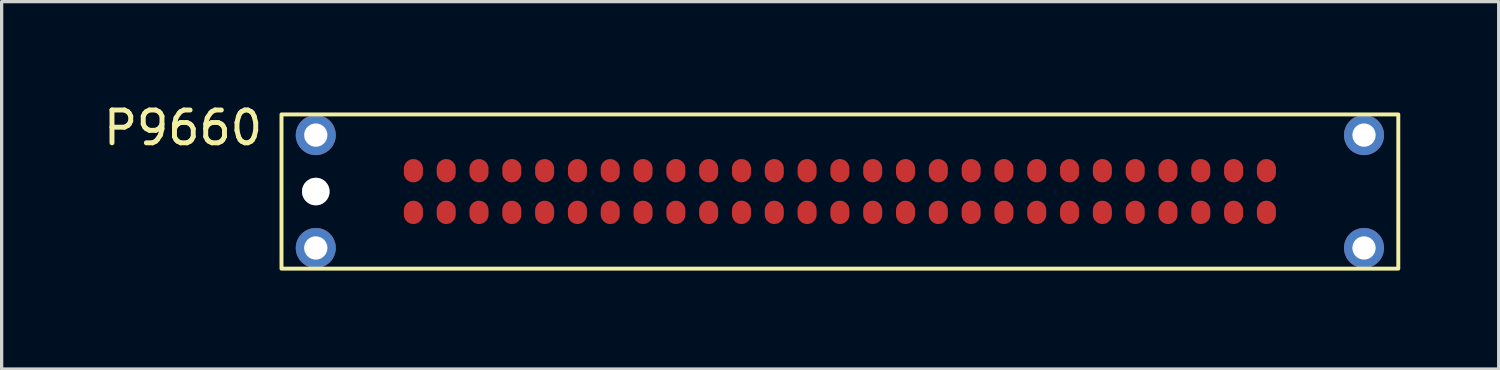
<source format=kicad_pcb>
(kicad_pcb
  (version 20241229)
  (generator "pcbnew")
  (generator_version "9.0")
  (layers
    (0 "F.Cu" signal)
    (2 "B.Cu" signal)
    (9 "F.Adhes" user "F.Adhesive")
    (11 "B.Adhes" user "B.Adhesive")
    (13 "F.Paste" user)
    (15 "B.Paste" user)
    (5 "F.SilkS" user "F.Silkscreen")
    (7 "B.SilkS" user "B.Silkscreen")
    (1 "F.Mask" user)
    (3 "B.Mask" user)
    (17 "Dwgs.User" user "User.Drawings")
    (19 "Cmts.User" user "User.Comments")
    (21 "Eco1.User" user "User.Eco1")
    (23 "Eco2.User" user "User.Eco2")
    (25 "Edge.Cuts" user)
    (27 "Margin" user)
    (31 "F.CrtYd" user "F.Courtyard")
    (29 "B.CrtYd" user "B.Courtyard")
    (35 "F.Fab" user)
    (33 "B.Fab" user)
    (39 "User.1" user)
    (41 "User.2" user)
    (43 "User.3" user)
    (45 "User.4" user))
  (footprint "P9660"
    (layer "F.Cu")
    (at 5.53 0.438)
    (property "Reference" "P9660" (at -3 0.41 0) (unlocked yes) (layer "F.SilkS") (effects (font (size 1 1) (thickness 0.15))))
    (fp_rect (start 0 0) (end 34.04 4.7) (stroke (width 0.12) (type default)) (fill no) (layer "F.SilkS"))
    (pad "1" thru_hole circle (at 1.045 0.63) (size 1.22 1.22) (drill 0.71) (layers "*.Cu" "*.Mask"))
    (pad "1" thru_hole circle (at 1.045 2.35) (size 0.84 0.84) (drill 0.84) (property pad_prop_heatsink) (layers "*.Cu" "*.Mask"))
    (pad "1" smd oval (at 4.02 1.715) (size 0.58 0.71) (property pad_prop_bga) (layers "F.Cu" "F.Mask" "F.Paste"))
    (pad "2" smd oval (at 5.02 1.715) (size 0.58 0.71) (property pad_prop_bga) (layers "F.Cu" "F.Mask" "F.Paste"))
    (pad "2" thru_hole circle (at 32.995 0.63) (size 1.22 1.22) (drill 0.71) (layers "*.Cu" "*.Mask"))
    (pad "3" thru_hole circle (at 1.045 4.07) (size 1.22 1.22) (drill 0.71) (layers "*.Cu" "*.Mask"))
    (pad "3" smd oval (at 6.02 1.715) (size 0.58 0.71) (property pad_prop_bga) (layers "F.Cu" "F.Mask" "F.Paste"))
    (pad "4" smd oval (at 7.02 1.715) (size 0.58 0.71) (property pad_prop_bga) (layers "F.Cu" "F.Mask" "F.Paste"))
    (pad "4" thru_hole circle (at 32.995 4.07) (size 1.22 1.22) (drill 0.71) (layers "*.Cu" "*.Mask"))
    (pad "5" smd oval (at 8.02 1.715) (size 0.58 0.71) (property pad_prop_bga) (layers "F.Cu" "F.Mask" "F.Paste"))
    (pad "6" smd oval (at 9.02 1.715) (size 0.58 0.71) (property pad_prop_bga) (layers "F.Cu" "F.Mask" "F.Paste"))
    (pad "7" smd oval (at 10.02 1.715) (size 0.58 0.71) (property pad_prop_bga) (layers "F.Cu" "F.Mask" "F.Paste"))
    (pad "8" smd oval (at 11.02 1.715) (size 0.58 0.71) (property pad_prop_bga) (layers "F.Cu" "F.Mask" "F.Paste"))
    (pad "9" smd oval (at 12.02 1.715) (size 0.58 0.71) (property pad_prop_bga) (layers "F.Cu" "F.Mask" "F.Paste"))
    (pad "10" smd oval (at 13.02 1.715) (size 0.58 0.71) (property pad_prop_bga) (layers "F.Cu" "F.Mask" "F.Paste"))
    (pad "11" smd oval (at 14.02 1.715) (size 0.58 0.71) (property pad_prop_bga) (layers "F.Cu" "F.Mask" "F.Paste"))
    (pad "12" smd oval (at 15.02 1.715) (size 0.58 0.71) (property pad_prop_bga) (layers "F.Cu" "F.Mask" "F.Paste"))
    (pad "13" smd oval (at 16.02 1.715) (size 0.58 0.71) (property pad_prop_bga) (layers "F.Cu" "F.Mask" "F.Paste"))
    (pad "14" smd oval (at 17.02 1.715) (size 0.58 0.71) (property pad_prop_bga) (layers "F.Cu" "F.Mask" "F.Paste"))
    (pad "15" smd oval (at 18.02 1.715) (size 0.58 0.71) (property pad_prop_bga) (layers "F.Cu" "F.Mask" "F.Paste"))
    (pad "16" smd oval (at 19.02 1.715) (size 0.58 0.71) (property pad_prop_bga) (layers "F.Cu" "F.Mask" "F.Paste"))
    (pad "17" smd oval (at 20.02 1.715) (size 0.58 0.71) (property pad_prop_bga) (layers "F.Cu" "F.Mask" "F.Paste"))
    (pad "18" smd oval (at 21.02 1.715) (size 0.58 0.71) (property pad_prop_bga) (layers "F.Cu" "F.Mask" "F.Paste"))
    (pad "19" smd oval (at 22.02 1.715) (size 0.58 0.71) (property pad_prop_bga) (layers "F.Cu" "F.Mask" "F.Paste"))
    (pad "20" smd oval (at 23.02 1.715) (size 0.58 0.71) (property pad_prop_bga) (layers "F.Cu" "F.Mask" "F.Paste"))
    (pad "21" smd oval (at 24.02 1.715) (size 0.58 0.71) (property pad_prop_bga) (layers "F.Cu" "F.Mask" "F.Paste"))
    (pad "22" smd oval (at 25.02 1.715) (size 0.58 0.71) (property pad_prop_bga) (layers "F.Cu" "F.Mask" "F.Paste"))
    (pad "23" smd oval (at 26.02 1.715) (size 0.58 0.71) (property pad_prop_bga) (layers "F.Cu" "F.Mask" "F.Paste"))
    (pad "24" smd oval (at 27.02 1.715) (size 0.58 0.71) (property pad_prop_bga) (layers "F.Cu" "F.Mask" "F.Paste"))
    (pad "25" smd oval (at 28.02 1.715) (size 0.58 0.71) (property pad_prop_bga) (layers "F.Cu" "F.Mask" "F.Paste"))
    (pad "26" smd oval (at 29.02 1.715) (size 0.58 0.71) (property pad_prop_bga) (layers "F.Cu" "F.Mask" "F.Paste"))
    (pad "27" smd oval (at 30.02 1.715) (size 0.58 0.71) (property pad_prop_bga) (layers "F.Cu" "F.Mask" "F.Paste"))
    (pad "28" smd oval (at 4.02 2.985) (size 0.58 0.71) (property pad_prop_bga) (layers "F.Cu" "F.Mask" "F.Paste"))
    (pad "29" smd oval (at 5.02 2.985) (size 0.58 0.71) (property pad_prop_bga) (layers "F.Cu" "F.Mask" "F.Paste"))
    (pad "30" smd oval (at 6.02 2.985) (size 0.58 0.71) (property pad_prop_bga) (layers "F.Cu" "F.Mask" "F.Paste"))
    (pad "31" smd oval (at 7.02 2.985) (size 0.58 0.71) (property pad_prop_bga) (layers "F.Cu" "F.Mask" "F.Paste"))
    (pad "32" smd oval (at 8.02 2.985) (size 0.58 0.71) (property pad_prop_bga) (layers "F.Cu" "F.Mask" "F.Paste"))
    (pad "33" smd oval (at 9.02 2.985) (size 0.58 0.71) (property pad_prop_bga) (layers "F.Cu" "F.Mask" "F.Paste"))
    (pad "34" smd oval (at 10.02 2.985) (size 0.58 0.71) (property pad_prop_bga) (layers "F.Cu" "F.Mask" "F.Paste"))
    (pad "35" smd oval (at 11.02 2.985) (size 0.58 0.71) (property pad_prop_bga) (layers "F.Cu" "F.Mask" "F.Paste"))
    (pad "36" smd oval (at 12.02 2.985) (size 0.58 0.71) (property pad_prop_bga) (layers "F.Cu" "F.Mask" "F.Paste"))
    (pad "37" smd oval (at 13.02 2.985) (size 0.58 0.71) (property pad_prop_bga) (layers "F.Cu" "F.Mask" "F.Paste"))
    (pad "38" smd oval (at 14.02 2.985) (size 0.58 0.71) (property pad_prop_bga) (layers "F.Cu" "F.Mask" "F.Paste"))
    (pad "39" smd oval (at 15.02 2.985) (size 0.58 0.71) (property pad_prop_bga) (layers "F.Cu" "F.Mask" "F.Paste"))
    (pad "40" smd oval (at 16.02 2.985) (size 0.58 0.71) (property pad_prop_bga) (layers "F.Cu" "F.Mask" "F.Paste"))
    (pad "41" smd oval (at 17.02 2.985) (size 0.58 0.71) (property pad_prop_bga) (layers "F.Cu" "F.Mask" "F.Paste"))
    (pad "42" smd oval (at 18.02 2.985) (size 0.58 0.71) (property pad_prop_bga) (layers "F.Cu" "F.Mask" "F.Paste"))
    (pad "43" smd oval (at 19.02 2.985) (size 0.58 0.71) (property pad_prop_bga) (layers "F.Cu" "F.Mask" "F.Paste"))
    (pad "44" smd oval (at 20.02 2.985) (size 0.58 0.71) (property pad_prop_bga) (layers "F.Cu" "F.Mask" "F.Paste"))
    (pad "45" smd oval (at 21.02 2.985) (size 0.58 0.71) (property pad_prop_bga) (layers "F.Cu" "F.Mask" "F.Paste"))
    (pad "46" smd oval (at 22.02 2.985) (size 0.58 0.71) (property pad_prop_bga) (layers "F.Cu" "F.Mask" "F.Paste"))
    (pad "47" smd oval (at 23.02 2.985) (size 0.58 0.71) (property pad_prop_bga) (layers "F.Cu" "F.Mask" "F.Paste"))
    (pad "48" smd oval (at 24.02 2.985) (size 0.58 0.71) (property pad_prop_bga) (layers "F.Cu" "F.Mask" "F.Paste"))
    (pad "49" smd oval (at 25.02 2.985) (size 0.58 0.71) (property pad_prop_bga) (layers "F.Cu" "F.Mask" "F.Paste"))
    (pad "50" smd oval (at 26.02 2.985) (size 0.58 0.71) (property pad_prop_bga) (layers "F.Cu" "F.Mask" "F.Paste"))
    (pad "51" smd oval (at 27.02 2.985) (size 0.58 0.71) (property pad_prop_bga) (layers "F.Cu" "F.Mask" "F.Paste"))
    (pad "52" smd oval (at 28.02 2.985) (size 0.58 0.71) (property pad_prop_bga) (layers "F.Cu" "F.Mask" "F.Paste"))
    (pad "53" smd oval (at 29.02 2.985) (size 0.58 0.71) (property pad_prop_bga) (layers "F.Cu" "F.Mask" "F.Paste"))
    (pad "54" smd oval (at 30.02 2.985) (size 0.58 0.71) (property pad_prop_bga) (layers "F.Cu" "F.Mask" "F.Paste")))
  (gr_rect
    (start -3 -3)
    (end 42.63 8.198)
    (stroke (width 0.1) (type default))
    (fill no)
    (layer "Edge.Cuts")))
</source>
